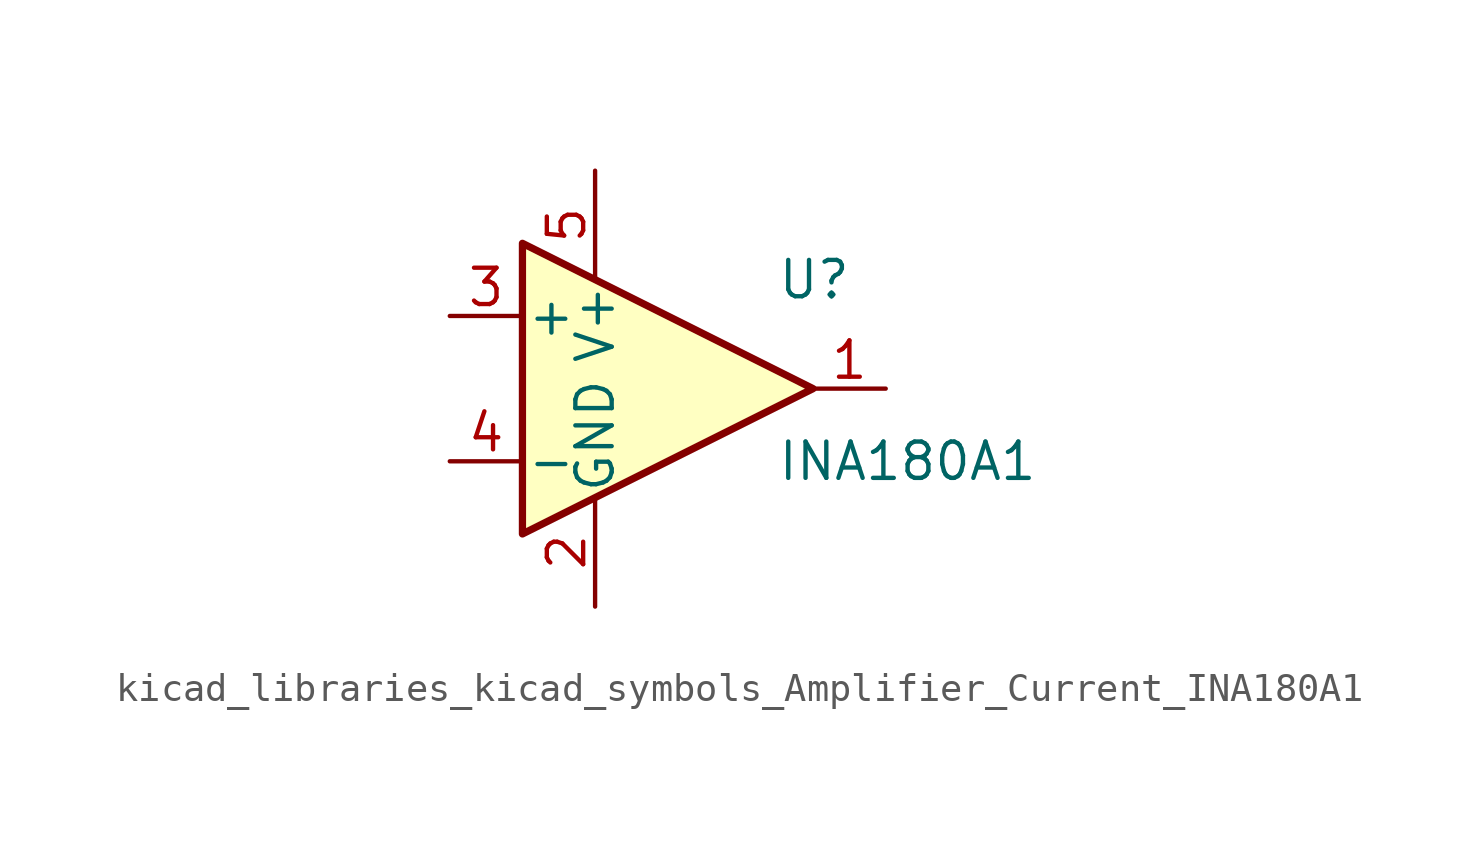
<source format=kicad_sym>
(kicad_symbol_lib
  (version 20220914)
  (generator kicad_symbol_editor)
  (symbol "kicad_libraries_kicad_symbols_Amplifier_Current_INA180A1"
    (pin_names
      (offset 0.127))
    (property "Reference" "U"
      (at 3.81 3.81 0)
      (effects (font (size 1.27 1.27)) (justify left)))
    (property "Value" "INA180A1"
      (at 3.81 -2.54 0)
      (effects (font (size 1.27 1.27)) (justify left)))
    (symbol "kicad_libraries_kicad_symbols_Amplifier_Current_INA180A1_0_1"
      (polyline (pts (xy 5.08 0) (xy -5.08 5.08) (xy -5.08 -5.08) (xy 5.08 0)) (stroke (width 0.254) (type default)) (fill (type background))))
    (symbol "kicad_libraries_kicad_symbols_Amplifier_Current_INA180A1_1_1"
      (pin output line (at 7.62 0 180) (length 2.54) (name "~" (effects (font (size 1.27 1.27)))) (number "1" (effects (font (size 1.27 1.27)))))
      (pin power_in line (at -2.54 -7.62 90) (length 3.81) (name "GND" (effects (font (size 1.27 1.27)))) (number "2" (effects (font (size 1.27 1.27)))))
      (pin input line (at -7.62 2.54 0) (length 2.54) (name "+" (effects (font (size 1.27 1.27)))) (number "3" (effects (font (size 1.27 1.27)))))
      (pin input line (at -7.62 -2.54 0) (length 2.54) (name "-" (effects (font (size 1.27 1.27)))) (number "4" (effects (font (size 1.27 1.27)))))
      (pin power_in line (at -2.54 7.62 270) (length 3.81) (name "V+" (effects (font (size 1.27 1.27)))) (number "5" (effects (font (size 1.27 1.27))))))))
</source>
